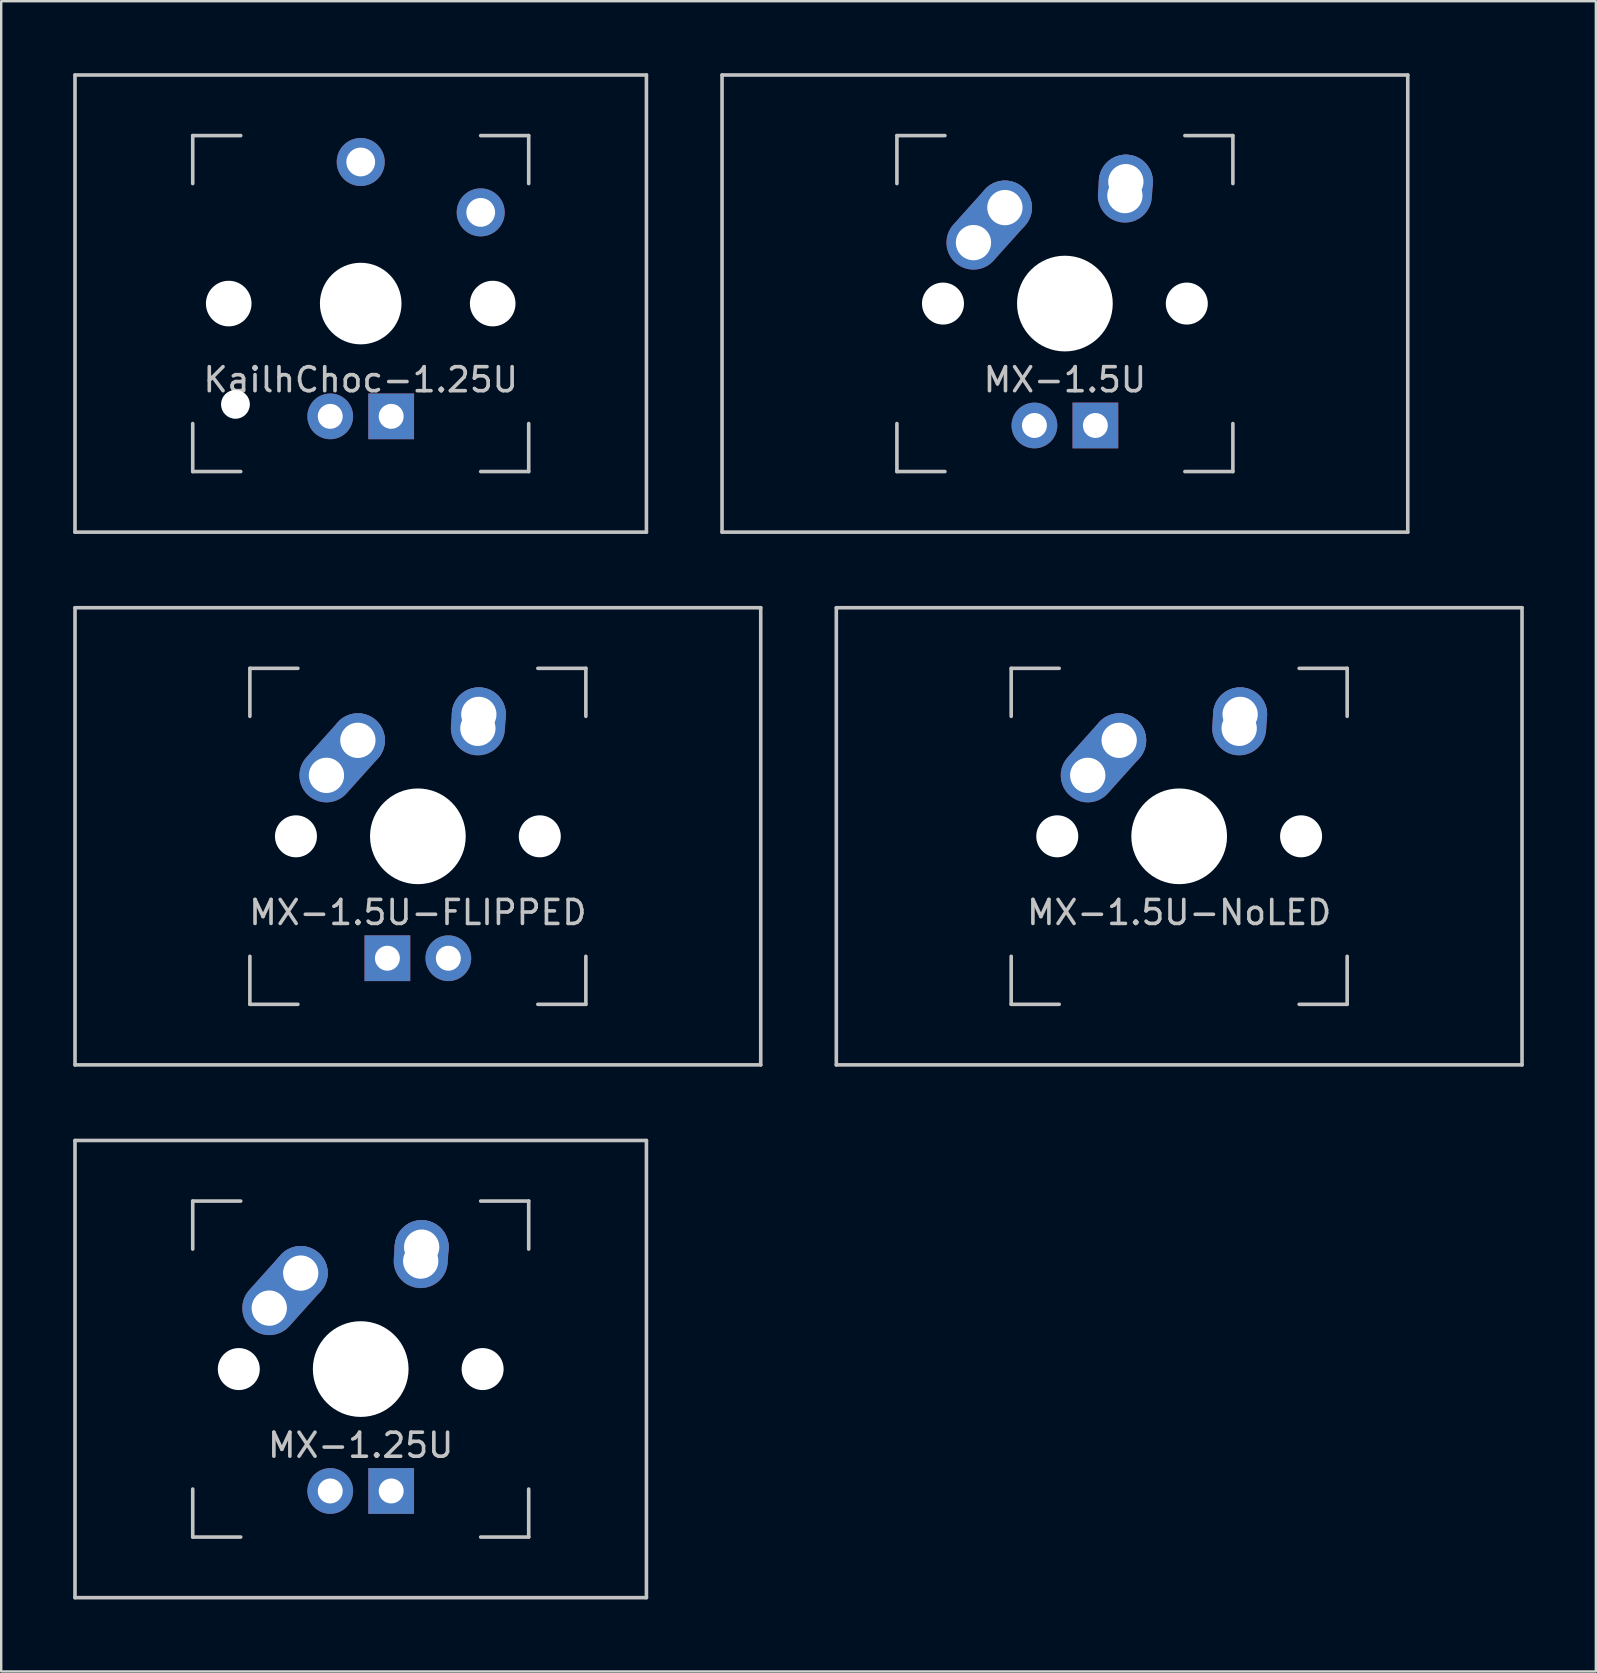
<source format=kicad_pcb>
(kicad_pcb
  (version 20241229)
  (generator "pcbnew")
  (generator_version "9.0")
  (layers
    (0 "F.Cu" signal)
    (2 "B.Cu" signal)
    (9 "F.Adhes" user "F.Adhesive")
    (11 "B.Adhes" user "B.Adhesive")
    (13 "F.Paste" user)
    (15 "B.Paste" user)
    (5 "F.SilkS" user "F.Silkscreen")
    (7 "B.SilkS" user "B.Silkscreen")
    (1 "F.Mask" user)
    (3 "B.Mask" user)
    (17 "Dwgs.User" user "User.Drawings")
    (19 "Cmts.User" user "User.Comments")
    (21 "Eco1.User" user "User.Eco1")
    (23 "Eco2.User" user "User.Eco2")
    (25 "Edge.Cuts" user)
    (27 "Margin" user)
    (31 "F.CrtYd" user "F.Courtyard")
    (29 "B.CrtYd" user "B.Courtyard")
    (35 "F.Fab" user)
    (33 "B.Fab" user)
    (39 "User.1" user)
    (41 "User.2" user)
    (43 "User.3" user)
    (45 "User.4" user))
  (footprint "MX-1.25U"
    (layer "F.Cu")
    (at 11.981 54)
    (property "Reference" "MX-1.25U" (at 0 3.175 0) (layer "Dwgs.User") (effects (font (size 1 1) (thickness 0.15))))
    (attr through_hole)
    (fp_line (start -11.906 -9.525) (end 11.906 -9.525) (stroke (width 0.15) (type solid)) (layer "Dwgs.User"))
    (fp_line (start -11.906 9.525) (end -11.906 -9.525) (stroke (width 0.15) (type solid)) (layer "Dwgs.User"))
    (fp_line (start -7 -7) (end -7 -5) (stroke (width 0.15) (type solid)) (layer "Dwgs.User"))
    (fp_line (start -7 5) (end -7 7) (stroke (width 0.15) (type solid)) (layer "Dwgs.User"))
    (fp_line (start -7 7) (end -5 7) (stroke (width 0.15) (type solid)) (layer "Dwgs.User"))
    (fp_line (start -5 -7) (end -7 -7) (stroke (width 0.15) (type solid)) (layer "Dwgs.User"))
    (fp_line (start 5 -7) (end 7 -7) (stroke (width 0.15) (type solid)) (layer "Dwgs.User"))
    (fp_line (start 5 7) (end 7 7) (stroke (width 0.15) (type solid)) (layer "Dwgs.User"))
    (fp_line (start 7 -7) (end 7 -5) (stroke (width 0.15) (type solid)) (layer "Dwgs.User"))
    (fp_line (start 7 7) (end 7 5) (stroke (width 0.15) (type solid)) (layer "Dwgs.User"))
    (fp_line (start 11.906 -9.525) (end 11.906 9.525) (stroke (width 0.15) (type solid)) (layer "Dwgs.User"))
    (fp_line (start 11.906 9.525) (end -11.906 9.525) (stroke (width 0.15) (type solid)) (layer "Dwgs.User"))
    (pad "" np_thru_hole circle (at -5.08 0 48.1) (size 1.75 1.75) (drill 1.75) (layers "*.Cu" "*.Mask"))
    (pad "" np_thru_hole circle (at 0 0) (size 3.988 3.988) (drill 3.988) (layers "*.Cu" "*.Mask"))
    (pad "" np_thru_hole circle (at 5.08 0 48.1) (size 1.75 1.75) (drill 1.75) (layers "*.Cu" "*.Mask"))
    (pad "1" thru_hole oval (at -3.81 -2.54 48.1) (size 4.212 2.25) (drill 1.47 (offset 0.981 0)) (layers "*.Cu" "B.Mask"))
    (pad "1" thru_hole circle (at -2.5 -4) (size 2.25 2.25) (drill 1.47) (layers "*.Cu" "B.Mask"))
    (pad "2" thru_hole oval (at 2.5 -4.5 86.055) (size 2.831 2.25) (drill 1.47 (offset 0.291 0)) (layers "*.Cu" "B.Mask"))
    (pad "2" thru_hole circle (at 2.54 -5.08) (size 2.25 2.25) (drill 1.47) (layers "*.Cu" "B.Mask"))
    (pad "3" thru_hole circle (at -1.27 5.08) (size 1.905 1.905) (drill 1.04) (layers "*.Cu" "B.Mask"))
    (pad "4" thru_hole rect (at 1.27 5.08) (size 1.905 1.905) (drill 1.04) (layers "*.Cu" "B.Mask")))
  (footprint "MX-1.5U-NoLED"
    (layer "F.Cu")
    (at 46.087 31.8)
    (property "Reference" "MX-1.5U-NoLED" (at 0 3.175 0) (layer "Dwgs.User") (effects (font (size 1 1) (thickness 0.15))))
    (attr through_hole)
    (fp_line (start -14.287 -9.525) (end 14.287 -9.525) (stroke (width 0.15) (type solid)) (layer "Dwgs.User"))
    (fp_line (start -14.287 9.525) (end -14.287 -9.525) (stroke (width 0.15) (type solid)) (layer "Dwgs.User"))
    (fp_line (start -7 -7) (end -7 -5) (stroke (width 0.15) (type solid)) (layer "Dwgs.User"))
    (fp_line (start -7 5) (end -7 7) (stroke (width 0.15) (type solid)) (layer "Dwgs.User"))
    (fp_line (start -7 7) (end -5 7) (stroke (width 0.15) (type solid)) (layer "Dwgs.User"))
    (fp_line (start -5 -7) (end -7 -7) (stroke (width 0.15) (type solid)) (layer "Dwgs.User"))
    (fp_line (start 5 -7) (end 7 -7) (stroke (width 0.15) (type solid)) (layer "Dwgs.User"))
    (fp_line (start 5 7) (end 7 7) (stroke (width 0.15) (type solid)) (layer "Dwgs.User"))
    (fp_line (start 7 -7) (end 7 -5) (stroke (width 0.15) (type solid)) (layer "Dwgs.User"))
    (fp_line (start 7 7) (end 7 5) (stroke (width 0.15) (type solid)) (layer "Dwgs.User"))
    (fp_line (start 14.287 -9.525) (end 14.287 9.525) (stroke (width 0.15) (type solid)) (layer "Dwgs.User"))
    (fp_line (start 14.287 9.525) (end -14.287 9.525) (stroke (width 0.15) (type solid)) (layer "Dwgs.User"))
    (pad "" np_thru_hole circle (at -5.08 0 48.1) (size 1.75 1.75) (drill 1.75) (layers "*.Cu" "*.Mask"))
    (pad "" np_thru_hole circle (at 0 0) (size 3.988 3.988) (drill 3.988) (layers "*.Cu" "*.Mask"))
    (pad "" np_thru_hole circle (at 5.08 0 48.1) (size 1.75 1.75) (drill 1.75) (layers "*.Cu" "*.Mask"))
    (pad "1" thru_hole oval (at -3.81 -2.54 48.1) (size 4.212 2.25) (drill 1.47 (offset 0.981 0)) (layers "*.Cu" "B.Mask"))
    (pad "1" thru_hole circle (at -2.5 -4) (size 2.25 2.25) (drill 1.47) (layers "*.Cu" "B.Mask"))
    (pad "2" thru_hole oval (at 2.5 -4.5 86.055) (size 2.831 2.25) (drill 1.47 (offset 0.291 0)) (layers "*.Cu" "B.Mask"))
    (pad "2" thru_hole circle (at 2.54 -5.08) (size 2.25 2.25) (drill 1.47) (layers "*.Cu" "B.Mask")))
  (footprint "MX-1.5U"
    (layer "F.Cu")
    (at 41.325 9.6)
    (property "Reference" "MX-1.5U" (at 0 3.175 0) (layer "Dwgs.User") (effects (font (size 1 1) (thickness 0.15))))
    (attr through_hole)
    (fp_line (start -14.287 -9.525) (end 14.287 -9.525) (stroke (width 0.15) (type solid)) (layer "Dwgs.User"))
    (fp_line (start -14.287 9.525) (end -14.287 -9.525) (stroke (width 0.15) (type solid)) (layer "Dwgs.User"))
    (fp_line (start -7 -7) (end -7 -5) (stroke (width 0.15) (type solid)) (layer "Dwgs.User"))
    (fp_line (start -7 5) (end -7 7) (stroke (width 0.15) (type solid)) (layer "Dwgs.User"))
    (fp_line (start -7 7) (end -5 7) (stroke (width 0.15) (type solid)) (layer "Dwgs.User"))
    (fp_line (start -5 -7) (end -7 -7) (stroke (width 0.15) (type solid)) (layer "Dwgs.User"))
    (fp_line (start 5 -7) (end 7 -7) (stroke (width 0.15) (type solid)) (layer "Dwgs.User"))
    (fp_line (start 5 7) (end 7 7) (stroke (width 0.15) (type solid)) (layer "Dwgs.User"))
    (fp_line (start 7 -7) (end 7 -5) (stroke (width 0.15) (type solid)) (layer "Dwgs.User"))
    (fp_line (start 7 7) (end 7 5) (stroke (width 0.15) (type solid)) (layer "Dwgs.User"))
    (fp_line (start 14.287 -9.525) (end 14.287 9.525) (stroke (width 0.15) (type solid)) (layer "Dwgs.User"))
    (fp_line (start 14.287 9.525) (end -14.287 9.525) (stroke (width 0.15) (type solid)) (layer "Dwgs.User"))
    (pad "" np_thru_hole circle (at -5.08 0 48.1) (size 1.75 1.75) (drill 1.75) (layers "*.Cu" "*.Mask"))
    (pad "" np_thru_hole circle (at 0 0) (size 3.988 3.988) (drill 3.988) (layers "*.Cu" "*.Mask"))
    (pad "" np_thru_hole circle (at 5.08 0 48.1) (size 1.75 1.75) (drill 1.75) (layers "*.Cu" "*.Mask"))
    (pad "1" thru_hole oval (at -3.81 -2.54 48.1) (size 4.212 2.25) (drill 1.47 (offset 0.981 0)) (layers "*.Cu" "B.Mask"))
    (pad "1" thru_hole circle (at -2.5 -4) (size 2.25 2.25) (drill 1.47) (layers "*.Cu" "B.Mask"))
    (pad "2" thru_hole oval (at 2.5 -4.5 86.055) (size 2.831 2.25) (drill 1.47 (offset 0.291 0)) (layers "*.Cu" "B.Mask"))
    (pad "2" thru_hole circle (at 2.54 -5.08) (size 2.25 2.25) (drill 1.47) (layers "*.Cu" "B.Mask"))
    (pad "3" thru_hole circle (at -1.27 5.08) (size 1.905 1.905) (drill 1.04) (layers "*.Cu" "B.Mask"))
    (pad "4" thru_hole rect (at 1.27 5.08) (size 1.905 1.905) (drill 1.04) (layers "*.Cu" "B.Mask")))
  (footprint "KailhChoc-1.25U"
    (layer "F.Cu")
    (at 11.981 9.6)
    (property "Reference" "KailhChoc-1.25U" (at 0 3.175 0) (layer "Dwgs.User") (effects (font (size 1 1) (thickness 0.15))))
    (attr through_hole)
    (fp_line (start -11.906 -9.525) (end 11.906 -9.525) (stroke (width 0.15) (type solid)) (layer "Dwgs.User"))
    (fp_line (start -11.906 9.525) (end -11.906 -9.525) (stroke (width 0.15) (type solid)) (layer "Dwgs.User"))
    (fp_line (start -7 -7) (end -7 -5) (stroke (width 0.15) (type solid)) (layer "Dwgs.User"))
    (fp_line (start -7 5) (end -7 7) (stroke (width 0.15) (type solid)) (layer "Dwgs.User"))
    (fp_line (start -7 7) (end -5 7) (stroke (width 0.15) (type solid)) (layer "Dwgs.User"))
    (fp_line (start -5 -7) (end -7 -7) (stroke (width 0.15) (type solid)) (layer "Dwgs.User"))
    (fp_line (start 5 -7) (end 7 -7) (stroke (width 0.15) (type solid)) (layer "Dwgs.User"))
    (fp_line (start 5 7) (end 7 7) (stroke (width 0.15) (type solid)) (layer "Dwgs.User"))
    (fp_line (start 7 -7) (end 7 -5) (stroke (width 0.15) (type solid)) (layer "Dwgs.User"))
    (fp_line (start 7 7) (end 7 5) (stroke (width 0.15) (type solid)) (layer "Dwgs.User"))
    (fp_line (start 11.906 -9.525) (end 11.906 9.525) (stroke (width 0.15) (type solid)) (layer "Dwgs.User"))
    (fp_line (start 11.906 9.525) (end -11.906 9.525) (stroke (width 0.15) (type solid)) (layer "Dwgs.User"))
    (pad "" np_thru_hole circle (at -5.5 0 48.1) (size 1.9 1.9) (drill 1.9) (layers "*.Cu" "*.Mask"))
    (pad "" np_thru_hole circle (at -5.22 4.2) (size 1.2 1.2) (drill 1.2) (layers "*.Cu" "*.Mask"))
    (pad "" np_thru_hole circle (at 0 0) (size 3.4 3.4) (drill 3.4) (layers "*.Cu" "*.Mask"))
    (pad "" np_thru_hole circle (at 5.5 0 48.1) (size 1.9 1.9) (drill 1.9) (layers "*.Cu" "*.Mask"))
    (pad "1" thru_hole circle (at 5 -3.8) (size 2 2) (drill 1.2) (layers "*.Cu" "B.Mask"))
    (pad "2" thru_hole circle (at 0 -5.9) (size 2 2) (drill 1.2) (layers "*.Cu" "B.Mask"))
    (pad "3" thru_hole circle (at -1.27 4.7) (size 1.905 1.905) (drill 1.04) (layers "*.Cu" "B.Mask"))
    (pad "4" thru_hole rect (at 1.27 4.7) (size 1.905 1.905) (drill 1.04) (layers "*.Cu" "B.Mask")))
  (footprint "MX-1.5U-FLIPPED"
    (layer "F.Cu")
    (at 14.363 31.8)
    (property "Reference" "MX-1.5U-FLIPPED" (at 0 3.175 0) (layer "Dwgs.User") (effects (font (size 1 1) (thickness 0.15))))
    (attr through_hole)
    (fp_line (start -14.287 -9.525) (end 14.287 -9.525) (stroke (width 0.15) (type solid)) (layer "Dwgs.User"))
    (fp_line (start -14.287 9.525) (end -14.287 -9.525) (stroke (width 0.15) (type solid)) (layer "Dwgs.User"))
    (fp_line (start -7 -7) (end -7 -5) (stroke (width 0.15) (type solid)) (layer "Dwgs.User"))
    (fp_line (start -7 5) (end -7 7) (stroke (width 0.15) (type solid)) (layer "Dwgs.User"))
    (fp_line (start -7 7) (end -5 7) (stroke (width 0.15) (type solid)) (layer "Dwgs.User"))
    (fp_line (start -5 -7) (end -7 -7) (stroke (width 0.15) (type solid)) (layer "Dwgs.User"))
    (fp_line (start 5 -7) (end 7 -7) (stroke (width 0.15) (type solid)) (layer "Dwgs.User"))
    (fp_line (start 5 7) (end 7 7) (stroke (width 0.15) (type solid)) (layer "Dwgs.User"))
    (fp_line (start 7 -7) (end 7 -5) (stroke (width 0.15) (type solid)) (layer "Dwgs.User"))
    (fp_line (start 7 7) (end 7 5) (stroke (width 0.15) (type solid)) (layer "Dwgs.User"))
    (fp_line (start 14.287 -9.525) (end 14.287 9.525) (stroke (width 0.15) (type solid)) (layer "Dwgs.User"))
    (fp_line (start 14.287 9.525) (end -14.287 9.525) (stroke (width 0.15) (type solid)) (layer "Dwgs.User"))
    (pad "" np_thru_hole circle (at -5.08 0 48.1) (size 1.75 1.75) (drill 1.75) (layers "*.Cu" "*.Mask"))
    (pad "" np_thru_hole circle (at 0 0) (size 3.988 3.988) (drill 3.988) (layers "*.Cu" "*.Mask"))
    (pad "" np_thru_hole circle (at 5.08 0 48.1) (size 1.75 1.75) (drill 1.75) (layers "*.Cu" "*.Mask"))
    (pad "1" thru_hole oval (at -3.81 -2.54 48.1) (size 4.212 2.25) (drill 1.47 (offset 0.981 0)) (layers "*.Cu" "B.Mask"))
    (pad "1" thru_hole circle (at -2.5 -4) (size 2.25 2.25) (drill 1.47) (layers "*.Cu" "B.Mask"))
    (pad "2" thru_hole oval (at 2.5 -4.5 86.055) (size 2.831 2.25) (drill 1.47 (offset 0.291 0)) (layers "*.Cu" "B.Mask"))
    (pad "2" thru_hole circle (at 2.54 -5.08) (size 2.25 2.25) (drill 1.47) (layers "*.Cu" "B.Mask"))
    (pad "3" thru_hole circle (at 1.27 5.08) (size 1.905 1.905) (drill 1.04) (layers "*.Cu" "B.Mask"))
    (pad "4" thru_hole rect (at -1.27 5.08) (size 1.905 1.905) (drill 1.04) (layers "*.Cu" "B.Mask")))
  (gr_rect
    (start -3 -3)
    (end 63.45 66.6)
    (stroke (width 0.1) (type default))
    (fill no)
    (layer "Edge.Cuts")))
</source>
